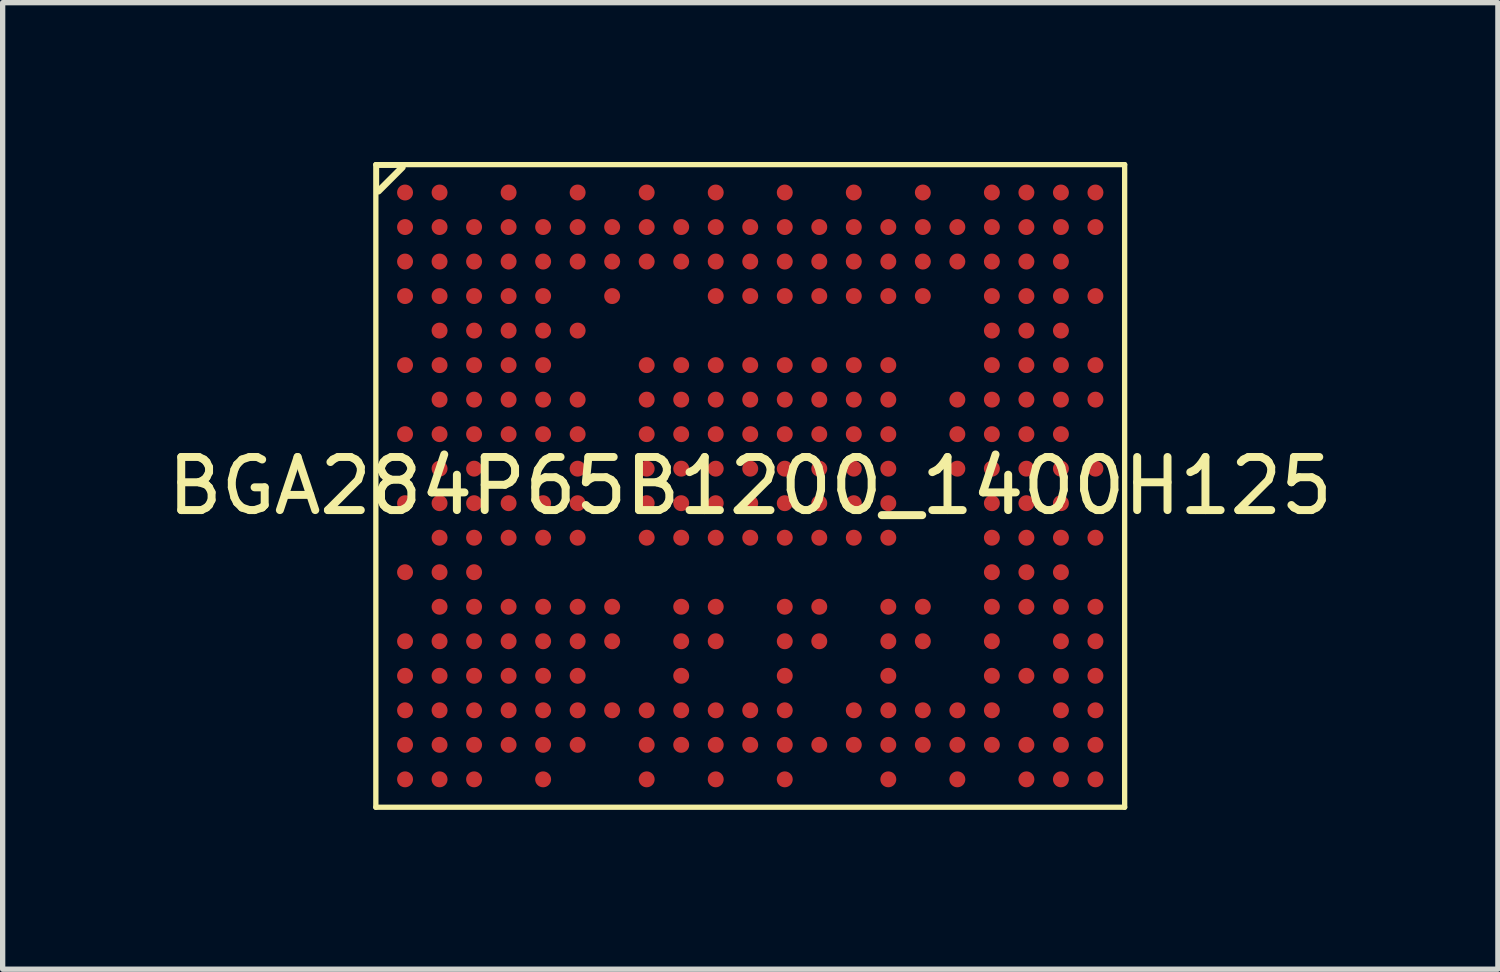
<source format=kicad_pcb>
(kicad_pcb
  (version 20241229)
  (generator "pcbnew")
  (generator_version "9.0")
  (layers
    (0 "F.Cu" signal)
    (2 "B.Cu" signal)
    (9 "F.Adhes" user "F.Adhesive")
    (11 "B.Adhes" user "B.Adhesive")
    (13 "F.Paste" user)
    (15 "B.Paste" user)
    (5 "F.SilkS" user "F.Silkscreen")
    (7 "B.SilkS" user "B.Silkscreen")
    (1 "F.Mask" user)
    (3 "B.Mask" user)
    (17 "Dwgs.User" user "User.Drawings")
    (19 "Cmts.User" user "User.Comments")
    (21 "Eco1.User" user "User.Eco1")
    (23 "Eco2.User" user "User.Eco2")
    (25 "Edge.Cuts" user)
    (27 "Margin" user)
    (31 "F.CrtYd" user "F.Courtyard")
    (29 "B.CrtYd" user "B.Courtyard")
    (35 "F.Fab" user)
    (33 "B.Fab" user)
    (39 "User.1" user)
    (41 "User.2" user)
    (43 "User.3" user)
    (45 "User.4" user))
  (footprint "BGA284P65B1200_1400H125"
    (layer "F.Cu")
    (at 11.077 6.1)
    (property "Reference" "BGA284P65B1200_1400H125" (at 0 0 0) (layer "F.SilkS") (effects (font (size 1 1) (thickness 0.15))))
    (fp_line (start -7.05 -6.05) (end -7.05 6.05) (stroke (width 0.1) (type default)) (layer "F.SilkS"))
    (fp_line (start -7.05 -6.05) (end 7.05 -6.05) (stroke (width 0.1) (type default)) (layer "F.SilkS"))
    (fp_line (start -7.05 6.05) (end 7.05 6.05) (stroke (width 0.1) (type default)) (layer "F.SilkS"))
    (fp_line (start -7 -6) (end -7 -5.55) (stroke (width 0.025) (type default)) (layer "F.SilkS"))
    (fp_line (start -7 -6) (end -6.55 -6) (stroke (width 0.025) (type default)) (layer "F.SilkS"))
    (fp_line (start -6.55 -6) (end -7 -5.55) (stroke (width 0.125) (type default)) (layer "F.SilkS"))
    (fp_line (start 7.05 -6.05) (end 7.05 6.05) (stroke (width 0.1) (type default)) (layer "F.SilkS"))
    (pad "A1" smd circle (at -6.5 -5.525) (size 0.3 0.3) (layers "F.Cu" "F.Mask" "F.Paste"))
    (pad "A2" smd circle (at -5.85 -5.525) (size 0.3 0.3) (layers "F.Cu" "F.Mask" "F.Paste"))
    (pad "A4" smd circle (at -4.55 -5.525) (size 0.3 0.3) (layers "F.Cu" "F.Mask" "F.Paste"))
    (pad "A6" smd circle (at -3.25 -5.525) (size 0.3 0.3) (layers "F.Cu" "F.Mask" "F.Paste"))
    (pad "A8" smd circle (at -1.95 -5.525) (size 0.3 0.3) (layers "F.Cu" "F.Mask" "F.Paste"))
    (pad "A10" smd circle (at -0.65 -5.525) (size 0.3 0.3) (layers "F.Cu" "F.Mask" "F.Paste"))
    (pad "A12" smd circle (at 0.65 -5.525) (size 0.3 0.3) (layers "F.Cu" "F.Mask" "F.Paste"))
    (pad "A14" smd circle (at 1.95 -5.525) (size 0.3 0.3) (layers "F.Cu" "F.Mask" "F.Paste"))
    (pad "A16" smd circle (at 3.25 -5.525) (size 0.3 0.3) (layers "F.Cu" "F.Mask" "F.Paste"))
    (pad "A18" smd circle (at 4.55 -5.525) (size 0.3 0.3) (layers "F.Cu" "F.Mask" "F.Paste"))
    (pad "A19" smd circle (at 5.2 -5.525) (size 0.3 0.3) (layers "F.Cu" "F.Mask" "F.Paste"))
    (pad "A20" smd circle (at 5.85 -5.525) (size 0.3 0.3) (layers "F.Cu" "F.Mask" "F.Paste"))
    (pad "A21" smd circle (at 6.5 -5.525) (size 0.3 0.3) (layers "F.Cu" "F.Mask" "F.Paste"))
    (pad "B1" smd circle (at -6.5 -4.875) (size 0.3 0.3) (layers "F.Cu" "F.Mask" "F.Paste"))
    (pad "B2" smd circle (at -5.85 -4.875) (size 0.3 0.3) (layers "F.Cu" "F.Mask" "F.Paste"))
    (pad "B3" smd circle (at -5.2 -4.875) (size 0.3 0.3) (layers "F.Cu" "F.Mask" "F.Paste"))
    (pad "B4" smd circle (at -4.55 -4.875) (size 0.3 0.3) (layers "F.Cu" "F.Mask" "F.Paste"))
    (pad "B5" smd circle (at -3.9 -4.875) (size 0.3 0.3) (layers "F.Cu" "F.Mask" "F.Paste"))
    (pad "B6" smd circle (at -3.25 -4.875) (size 0.3 0.3) (layers "F.Cu" "F.Mask" "F.Paste"))
    (pad "B7" smd circle (at -2.6 -4.875) (size 0.3 0.3) (layers "F.Cu" "F.Mask" "F.Paste"))
    (pad "B8" smd circle (at -1.95 -4.875) (size 0.3 0.3) (layers "F.Cu" "F.Mask" "F.Paste"))
    (pad "B9" smd circle (at -1.3 -4.875) (size 0.3 0.3) (layers "F.Cu" "F.Mask" "F.Paste"))
    (pad "B10" smd circle (at -0.65 -4.875) (size 0.3 0.3) (layers "F.Cu" "F.Mask" "F.Paste"))
    (pad "B11" smd circle (at 0 -4.875) (size 0.3 0.3) (layers "F.Cu" "F.Mask" "F.Paste"))
    (pad "B12" smd circle (at 0.65 -4.875) (size 0.3 0.3) (layers "F.Cu" "F.Mask" "F.Paste"))
    (pad "B13" smd circle (at 1.3 -4.875) (size 0.3 0.3) (layers "F.Cu" "F.Mask" "F.Paste"))
    (pad "B14" smd circle (at 1.95 -4.875) (size 0.3 0.3) (layers "F.Cu" "F.Mask" "F.Paste"))
    (pad "B15" smd circle (at 2.6 -4.875) (size 0.3 0.3) (layers "F.Cu" "F.Mask" "F.Paste"))
    (pad "B16" smd circle (at 3.25 -4.875) (size 0.3 0.3) (layers "F.Cu" "F.Mask" "F.Paste"))
    (pad "B17" smd circle (at 3.9 -4.875) (size 0.3 0.3) (layers "F.Cu" "F.Mask" "F.Paste"))
    (pad "B18" smd circle (at 4.55 -4.875) (size 0.3 0.3) (layers "F.Cu" "F.Mask" "F.Paste"))
    (pad "B19" smd circle (at 5.2 -4.875) (size 0.3 0.3) (layers "F.Cu" "F.Mask" "F.Paste"))
    (pad "B20" smd circle (at 5.85 -4.875) (size 0.3 0.3) (layers "F.Cu" "F.Mask" "F.Paste"))
    (pad "B21" smd circle (at 6.5 -4.875) (size 0.3 0.3) (layers "F.Cu" "F.Mask" "F.Paste"))
    (pad "C1" smd circle (at -6.5 -4.225) (size 0.3 0.3) (layers "F.Cu" "F.Mask" "F.Paste"))
    (pad "C2" smd circle (at -5.85 -4.225) (size 0.3 0.3) (layers "F.Cu" "F.Mask" "F.Paste"))
    (pad "C3" smd circle (at -5.2 -4.225) (size 0.3 0.3) (layers "F.Cu" "F.Mask" "F.Paste"))
    (pad "C4" smd circle (at -4.55 -4.225) (size 0.3 0.3) (layers "F.Cu" "F.Mask" "F.Paste"))
    (pad "C5" smd circle (at -3.9 -4.225) (size 0.3 0.3) (layers "F.Cu" "F.Mask" "F.Paste"))
    (pad "C6" smd circle (at -3.25 -4.225) (size 0.3 0.3) (layers "F.Cu" "F.Mask" "F.Paste"))
    (pad "C7" smd circle (at -2.6 -4.225) (size 0.3 0.3) (layers "F.Cu" "F.Mask" "F.Paste"))
    (pad "C8" smd circle (at -1.95 -4.225) (size 0.3 0.3) (layers "F.Cu" "F.Mask" "F.Paste"))
    (pad "C9" smd circle (at -1.3 -4.225) (size 0.3 0.3) (layers "F.Cu" "F.Mask" "F.Paste"))
    (pad "C10" smd circle (at -0.65 -4.225) (size 0.3 0.3) (layers "F.Cu" "F.Mask" "F.Paste"))
    (pad "C11" smd circle (at 0 -4.225) (size 0.3 0.3) (layers "F.Cu" "F.Mask" "F.Paste"))
    (pad "C12" smd circle (at 0.65 -4.225) (size 0.3 0.3) (layers "F.Cu" "F.Mask" "F.Paste"))
    (pad "C13" smd circle (at 1.3 -4.225) (size 0.3 0.3) (layers "F.Cu" "F.Mask" "F.Paste"))
    (pad "C14" smd circle (at 1.95 -4.225) (size 0.3 0.3) (layers "F.Cu" "F.Mask" "F.Paste"))
    (pad "C15" smd circle (at 2.6 -4.225) (size 0.3 0.3) (layers "F.Cu" "F.Mask" "F.Paste"))
    (pad "C16" smd circle (at 3.25 -4.225) (size 0.3 0.3) (layers "F.Cu" "F.Mask" "F.Paste"))
    (pad "C17" smd circle (at 3.9 -4.225) (size 0.3 0.3) (layers "F.Cu" "F.Mask" "F.Paste"))
    (pad "C18" smd circle (at 4.55 -4.225) (size 0.3 0.3) (layers "F.Cu" "F.Mask" "F.Paste"))
    (pad "C19" smd circle (at 5.2 -4.225) (size 0.3 0.3) (layers "F.Cu" "F.Mask" "F.Paste"))
    (pad "C20" smd circle (at 5.85 -4.225) (size 0.3 0.3) (layers "F.Cu" "F.Mask" "F.Paste"))
    (pad "D1" smd circle (at -6.5 -3.575) (size 0.3 0.3) (layers "F.Cu" "F.Mask" "F.Paste"))
    (pad "D2" smd circle (at -5.85 -3.575) (size 0.3 0.3) (layers "F.Cu" "F.Mask" "F.Paste"))
    (pad "D3" smd circle (at -5.2 -3.575) (size 0.3 0.3) (layers "F.Cu" "F.Mask" "F.Paste"))
    (pad "D4" smd circle (at -4.55 -3.575) (size 0.3 0.3) (layers "F.Cu" "F.Mask" "F.Paste"))
    (pad "D5" smd circle (at -3.9 -3.575) (size 0.3 0.3) (layers "F.Cu" "F.Mask" "F.Paste"))
    (pad "D7" smd circle (at -2.6 -3.575) (size 0.3 0.3) (layers "F.Cu" "F.Mask" "F.Paste"))
    (pad "D10" smd circle (at -0.65 -3.575) (size 0.3 0.3) (layers "F.Cu" "F.Mask" "F.Paste"))
    (pad "D11" smd circle (at 0 -3.575) (size 0.3 0.3) (layers "F.Cu" "F.Mask" "F.Paste"))
    (pad "D12" smd circle (at 0.65 -3.575) (size 0.3 0.3) (layers "F.Cu" "F.Mask" "F.Paste"))
    (pad "D13" smd circle (at 1.3 -3.575) (size 0.3 0.3) (layers "F.Cu" "F.Mask" "F.Paste"))
    (pad "D14" smd circle (at 1.95 -3.575) (size 0.3 0.3) (layers "F.Cu" "F.Mask" "F.Paste"))
    (pad "D15" smd circle (at 2.6 -3.575) (size 0.3 0.3) (layers "F.Cu" "F.Mask" "F.Paste"))
    (pad "D16" smd circle (at 3.25 -3.575) (size 0.3 0.3) (layers "F.Cu" "F.Mask" "F.Paste"))
    (pad "D18" smd circle (at 4.55 -3.575) (size 0.3 0.3) (layers "F.Cu" "F.Mask" "F.Paste"))
    (pad "D19" smd circle (at 5.2 -3.575) (size 0.3 0.3) (layers "F.Cu" "F.Mask" "F.Paste"))
    (pad "D20" smd circle (at 5.85 -3.575) (size 0.3 0.3) (layers "F.Cu" "F.Mask" "F.Paste"))
    (pad "D21" smd circle (at 6.5 -3.575) (size 0.3 0.3) (layers "F.Cu" "F.Mask" "F.Paste"))
    (pad "E2" smd circle (at -5.85 -2.925) (size 0.3 0.3) (layers "F.Cu" "F.Mask" "F.Paste"))
    (pad "E3" smd circle (at -5.2 -2.925) (size 0.3 0.3) (layers "F.Cu" "F.Mask" "F.Paste"))
    (pad "E4" smd circle (at -4.55 -2.925) (size 0.3 0.3) (layers "F.Cu" "F.Mask" "F.Paste"))
    (pad "E5" smd circle (at -3.9 -2.925) (size 0.3 0.3) (layers "F.Cu" "F.Mask" "F.Paste"))
    (pad "E6" smd circle (at -3.25 -2.925) (size 0.3 0.3) (layers "F.Cu" "F.Mask" "F.Paste"))
    (pad "E18" smd circle (at 4.55 -2.925) (size 0.3 0.3) (layers "F.Cu" "F.Mask" "F.Paste"))
    (pad "E19" smd circle (at 5.2 -2.925) (size 0.3 0.3) (layers "F.Cu" "F.Mask" "F.Paste"))
    (pad "E20" smd circle (at 5.85 -2.925) (size 0.3 0.3) (layers "F.Cu" "F.Mask" "F.Paste"))
    (pad "F1" smd circle (at -6.5 -2.275) (size 0.3 0.3) (layers "F.Cu" "F.Mask" "F.Paste"))
    (pad "F2" smd circle (at -5.85 -2.275) (size 0.3 0.3) (layers "F.Cu" "F.Mask" "F.Paste"))
    (pad "F3" smd circle (at -5.2 -2.275) (size 0.3 0.3) (layers "F.Cu" "F.Mask" "F.Paste"))
    (pad "F4" smd circle (at -4.55 -2.275) (size 0.3 0.3) (layers "F.Cu" "F.Mask" "F.Paste"))
    (pad "F5" smd circle (at -3.9 -2.275) (size 0.3 0.3) (layers "F.Cu" "F.Mask" "F.Paste"))
    (pad "F8" smd circle (at -1.95 -2.275) (size 0.3 0.3) (layers "F.Cu" "F.Mask" "F.Paste"))
    (pad "F9" smd circle (at -1.3 -2.275) (size 0.3 0.3) (layers "F.Cu" "F.Mask" "F.Paste"))
    (pad "F10" smd circle (at -0.65 -2.275) (size 0.3 0.3) (layers "F.Cu" "F.Mask" "F.Paste"))
    (pad "F11" smd circle (at 0 -2.275) (size 0.3 0.3) (layers "F.Cu" "F.Mask" "F.Paste"))
    (pad "F12" smd circle (at 0.65 -2.275) (size 0.3 0.3) (layers "F.Cu" "F.Mask" "F.Paste"))
    (pad "F13" smd circle (at 1.3 -2.275) (size 0.3 0.3) (layers "F.Cu" "F.Mask" "F.Paste"))
    (pad "F14" smd circle (at 1.95 -2.275) (size 0.3 0.3) (layers "F.Cu" "F.Mask" "F.Paste"))
    (pad "F15" smd circle (at 2.6 -2.275) (size 0.3 0.3) (layers "F.Cu" "F.Mask" "F.Paste"))
    (pad "F18" smd circle (at 4.55 -2.275) (size 0.3 0.3) (layers "F.Cu" "F.Mask" "F.Paste"))
    (pad "F19" smd circle (at 5.2 -2.275) (size 0.3 0.3) (layers "F.Cu" "F.Mask" "F.Paste"))
    (pad "F20" smd circle (at 5.85 -2.275) (size 0.3 0.3) (layers "F.Cu" "F.Mask" "F.Paste"))
    (pad "F21" smd circle (at 6.5 -2.275) (size 0.3 0.3) (layers "F.Cu" "F.Mask" "F.Paste"))
    (pad "G2" smd circle (at -5.85 -1.625) (size 0.3 0.3) (layers "F.Cu" "F.Mask" "F.Paste"))
    (pad "G3" smd circle (at -5.2 -1.625) (size 0.3 0.3) (layers "F.Cu" "F.Mask" "F.Paste"))
    (pad "G4" smd circle (at -4.55 -1.625) (size 0.3 0.3) (layers "F.Cu" "F.Mask" "F.Paste"))
    (pad "G5" smd circle (at -3.9 -1.625) (size 0.3 0.3) (layers "F.Cu" "F.Mask" "F.Paste"))
    (pad "G6" smd circle (at -3.25 -1.625) (size 0.3 0.3) (layers "F.Cu" "F.Mask" "F.Paste"))
    (pad "G8" smd circle (at -1.95 -1.625) (size 0.3 0.3) (layers "F.Cu" "F.Mask" "F.Paste"))
    (pad "G9" smd circle (at -1.3 -1.625) (size 0.3 0.3) (layers "F.Cu" "F.Mask" "F.Paste"))
    (pad "G10" smd circle (at -0.65 -1.625) (size 0.3 0.3) (layers "F.Cu" "F.Mask" "F.Paste"))
    (pad "G11" smd circle (at 0 -1.625) (size 0.3 0.3) (layers "F.Cu" "F.Mask" "F.Paste"))
    (pad "G12" smd circle (at 0.65 -1.625) (size 0.3 0.3) (layers "F.Cu" "F.Mask" "F.Paste"))
    (pad "G13" smd circle (at 1.3 -1.625) (size 0.3 0.3) (layers "F.Cu" "F.Mask" "F.Paste"))
    (pad "G14" smd circle (at 1.95 -1.625) (size 0.3 0.3) (layers "F.Cu" "F.Mask" "F.Paste"))
    (pad "G15" smd circle (at 2.6 -1.625) (size 0.3 0.3) (layers "F.Cu" "F.Mask" "F.Paste"))
    (pad "G17" smd circle (at 3.9 -1.625) (size 0.3 0.3) (layers "F.Cu" "F.Mask" "F.Paste"))
    (pad "G18" smd circle (at 4.55 -1.625) (size 0.3 0.3) (layers "F.Cu" "F.Mask" "F.Paste"))
    (pad "G19" smd circle (at 5.2 -1.625) (size 0.3 0.3) (layers "F.Cu" "F.Mask" "F.Paste"))
    (pad "G20" smd circle (at 5.85 -1.625) (size 0.3 0.3) (layers "F.Cu" "F.Mask" "F.Paste"))
    (pad "G21" smd circle (at 6.5 -1.625) (size 0.3 0.3) (layers "F.Cu" "F.Mask" "F.Paste"))
    (pad "H1" smd circle (at -6.5 -0.975) (size 0.3 0.3) (layers "F.Cu" "F.Mask" "F.Paste"))
    (pad "H2" smd circle (at -5.85 -0.975) (size 0.3 0.3) (layers "F.Cu" "F.Mask" "F.Paste"))
    (pad "H3" smd circle (at -5.2 -0.975) (size 0.3 0.3) (layers "F.Cu" "F.Mask" "F.Paste"))
    (pad "H4" smd circle (at -4.55 -0.975) (size 0.3 0.3) (layers "F.Cu" "F.Mask" "F.Paste"))
    (pad "H5" smd circle (at -3.9 -0.975) (size 0.3 0.3) (layers "F.Cu" "F.Mask" "F.Paste"))
    (pad "H6" smd circle (at -3.25 -0.975) (size 0.3 0.3) (layers "F.Cu" "F.Mask" "F.Paste"))
    (pad "H8" smd circle (at -1.95 -0.975) (size 0.3 0.3) (layers "F.Cu" "F.Mask" "F.Paste"))
    (pad "H9" smd circle (at -1.3 -0.975) (size 0.3 0.3) (layers "F.Cu" "F.Mask" "F.Paste"))
    (pad "H10" smd circle (at -0.65 -0.975) (size 0.3 0.3) (layers "F.Cu" "F.Mask" "F.Paste"))
    (pad "H11" smd circle (at 0 -0.975) (size 0.3 0.3) (layers "F.Cu" "F.Mask" "F.Paste"))
    (pad "H12" smd circle (at 0.65 -0.975) (size 0.3 0.3) (layers "F.Cu" "F.Mask" "F.Paste"))
    (pad "H13" smd circle (at 1.3 -0.975) (size 0.3 0.3) (layers "F.Cu" "F.Mask" "F.Paste"))
    (pad "H14" smd circle (at 1.95 -0.975) (size 0.3 0.3) (layers "F.Cu" "F.Mask" "F.Paste"))
    (pad "H15" smd circle (at 2.6 -0.975) (size 0.3 0.3) (layers "F.Cu" "F.Mask" "F.Paste"))
    (pad "H17" smd circle (at 3.9 -0.975) (size 0.3 0.3) (layers "F.Cu" "F.Mask" "F.Paste"))
    (pad "H18" smd circle (at 4.55 -0.975) (size 0.3 0.3) (layers "F.Cu" "F.Mask" "F.Paste"))
    (pad "H19" smd circle (at 5.2 -0.975) (size 0.3 0.3) (layers "F.Cu" "F.Mask" "F.Paste"))
    (pad "H20" smd circle (at 5.85 -0.975) (size 0.3 0.3) (layers "F.Cu" "F.Mask" "F.Paste"))
    (pad "J2" smd circle (at -5.85 -0.325) (size 0.3 0.3) (layers "F.Cu" "F.Mask" "F.Paste"))
    (pad "J3" smd circle (at -5.2 -0.325) (size 0.3 0.3) (layers "F.Cu" "F.Mask" "F.Paste"))
    (pad "J6" smd circle (at -3.25 -0.325) (size 0.3 0.3) (layers "F.Cu" "F.Mask" "F.Paste"))
    (pad "J8" smd circle (at -1.95 -0.325) (size 0.3 0.3) (layers "F.Cu" "F.Mask" "F.Paste"))
    (pad "J9" smd circle (at -1.3 -0.325) (size 0.3 0.3) (layers "F.Cu" "F.Mask" "F.Paste"))
    (pad "J10" smd circle (at -0.65 -0.325) (size 0.3 0.3) (layers "F.Cu" "F.Mask" "F.Paste"))
    (pad "J11" smd circle (at 0 -0.325) (size 0.3 0.3) (layers "F.Cu" "F.Mask" "F.Paste"))
    (pad "J12" smd circle (at 0.65 -0.325) (size 0.3 0.3) (layers "F.Cu" "F.Mask" "F.Paste"))
    (pad "J13" smd circle (at 1.3 -0.325) (size 0.3 0.3) (layers "F.Cu" "F.Mask" "F.Paste"))
    (pad "J14" smd circle (at 1.95 -0.325) (size 0.3 0.3) (layers "F.Cu" "F.Mask" "F.Paste"))
    (pad "J15" smd circle (at 2.6 -0.325) (size 0.3 0.3) (layers "F.Cu" "F.Mask" "F.Paste"))
    (pad "J17" smd circle (at 3.9 -0.325) (size 0.3 0.3) (layers "F.Cu" "F.Mask" "F.Paste"))
    (pad "J18" smd circle (at 4.55 -0.325) (size 0.3 0.3) (layers "F.Cu" "F.Mask" "F.Paste"))
    (pad "J19" smd circle (at 5.2 -0.325) (size 0.3 0.3) (layers "F.Cu" "F.Mask" "F.Paste"))
    (pad "J20" smd circle (at 5.85 -0.325) (size 0.3 0.3) (layers "F.Cu" "F.Mask" "F.Paste"))
    (pad "J21" smd circle (at 6.5 -0.325) (size 0.3 0.3) (layers "F.Cu" "F.Mask" "F.Paste"))
    (pad "K1" smd circle (at -6.5 0.325) (size 0.3 0.3) (layers "F.Cu" "F.Mask" "F.Paste"))
    (pad "K2" smd circle (at -5.85 0.325) (size 0.3 0.3) (layers "F.Cu" "F.Mask" "F.Paste"))
    (pad "K3" smd circle (at -5.2 0.325) (size 0.3 0.3) (layers "F.Cu" "F.Mask" "F.Paste"))
    (pad "K4" smd circle (at -4.55 0.325) (size 0.3 0.3) (layers "F.Cu" "F.Mask" "F.Paste"))
    (pad "K5" smd circle (at -3.9 0.325) (size 0.3 0.3) (layers "F.Cu" "F.Mask" "F.Paste"))
    (pad "K6" smd circle (at -3.25 0.325) (size 0.3 0.3) (layers "F.Cu" "F.Mask" "F.Paste"))
    (pad "K8" smd circle (at -1.95 0.325) (size 0.3 0.3) (layers "F.Cu" "F.Mask" "F.Paste"))
    (pad "K9" smd circle (at -1.3 0.325) (size 0.3 0.3) (layers "F.Cu" "F.Mask" "F.Paste"))
    (pad "K10" smd circle (at -0.65 0.325) (size 0.3 0.3) (layers "F.Cu" "F.Mask" "F.Paste"))
    (pad "K11" smd circle (at 0 0.325) (size 0.3 0.3) (layers "F.Cu" "F.Mask" "F.Paste"))
    (pad "K12" smd circle (at 0.65 0.325) (size 0.3 0.3) (layers "F.Cu" "F.Mask" "F.Paste"))
    (pad "K13" smd circle (at 1.3 0.325) (size 0.3 0.3) (layers "F.Cu" "F.Mask" "F.Paste"))
    (pad "K14" smd circle (at 1.95 0.325) (size 0.3 0.3) (layers "F.Cu" "F.Mask" "F.Paste"))
    (pad "K15" smd circle (at 2.6 0.325) (size 0.3 0.3) (layers "F.Cu" "F.Mask" "F.Paste"))
    (pad "K18" smd circle (at 4.55 0.325) (size 0.3 0.3) (layers "F.Cu" "F.Mask" "F.Paste"))
    (pad "K19" smd circle (at 5.2 0.325) (size 0.3 0.3) (layers "F.Cu" "F.Mask" "F.Paste"))
    (pad "K20" smd circle (at 5.85 0.325) (size 0.3 0.3) (layers "F.Cu" "F.Mask" "F.Paste"))
    (pad "L2" smd circle (at -5.85 0.975) (size 0.3 0.3) (layers "F.Cu" "F.Mask" "F.Paste"))
    (pad "L3" smd circle (at -5.2 0.975) (size 0.3 0.3) (layers "F.Cu" "F.Mask" "F.Paste"))
    (pad "L4" smd circle (at -4.55 0.975) (size 0.3 0.3) (layers "F.Cu" "F.Mask" "F.Paste"))
    (pad "L5" smd circle (at -3.9 0.975) (size 0.3 0.3) (layers "F.Cu" "F.Mask" "F.Paste"))
    (pad "L6" smd circle (at -3.25 0.975) (size 0.3 0.3) (layers "F.Cu" "F.Mask" "F.Paste"))
    (pad "L8" smd circle (at -1.95 0.975) (size 0.3 0.3) (layers "F.Cu" "F.Mask" "F.Paste"))
    (pad "L9" smd circle (at -1.3 0.975) (size 0.3 0.3) (layers "F.Cu" "F.Mask" "F.Paste"))
    (pad "L10" smd circle (at -0.65 0.975) (size 0.3 0.3) (layers "F.Cu" "F.Mask" "F.Paste"))
    (pad "L11" smd circle (at 0 0.975) (size 0.3 0.3) (layers "F.Cu" "F.Mask" "F.Paste"))
    (pad "L12" smd circle (at 0.65 0.975) (size 0.3 0.3) (layers "F.Cu" "F.Mask" "F.Paste"))
    (pad "L13" smd circle (at 1.3 0.975) (size 0.3 0.3) (layers "F.Cu" "F.Mask" "F.Paste"))
    (pad "L14" smd circle (at 1.95 0.975) (size 0.3 0.3) (layers "F.Cu" "F.Mask" "F.Paste"))
    (pad "L15" smd circle (at 2.6 0.975) (size 0.3 0.3) (layers "F.Cu" "F.Mask" "F.Paste"))
    (pad "L18" smd circle (at 4.55 0.975) (size 0.3 0.3) (layers "F.Cu" "F.Mask" "F.Paste"))
    (pad "L19" smd circle (at 5.2 0.975) (size 0.3 0.3) (layers "F.Cu" "F.Mask" "F.Paste"))
    (pad "L20" smd circle (at 5.85 0.975) (size 0.3 0.3) (layers "F.Cu" "F.Mask" "F.Paste"))
    (pad "L21" smd circle (at 6.5 0.975) (size 0.3 0.3) (layers "F.Cu" "F.Mask" "F.Paste"))
    (pad "M1" smd circle (at -6.5 1.625) (size 0.3 0.3) (layers "F.Cu" "F.Mask" "F.Paste"))
    (pad "M2" smd circle (at -5.85 1.625) (size 0.3 0.3) (layers "F.Cu" "F.Mask" "F.Paste"))
    (pad "M3" smd circle (at -5.2 1.625) (size 0.3 0.3) (layers "F.Cu" "F.Mask" "F.Paste"))
    (pad "M18" smd circle (at 4.55 1.625) (size 0.3 0.3) (layers "F.Cu" "F.Mask" "F.Paste"))
    (pad "M19" smd circle (at 5.2 1.625) (size 0.3 0.3) (layers "F.Cu" "F.Mask" "F.Paste"))
    (pad "M20" smd circle (at 5.85 1.625) (size 0.3 0.3) (layers "F.Cu" "F.Mask" "F.Paste"))
    (pad "N2" smd circle (at -5.85 2.275) (size 0.3 0.3) (layers "F.Cu" "F.Mask" "F.Paste"))
    (pad "N3" smd circle (at -5.2 2.275) (size 0.3 0.3) (layers "F.Cu" "F.Mask" "F.Paste"))
    (pad "N4" smd circle (at -4.55 2.275) (size 0.3 0.3) (layers "F.Cu" "F.Mask" "F.Paste"))
    (pad "N5" smd circle (at -3.9 2.275) (size 0.3 0.3) (layers "F.Cu" "F.Mask" "F.Paste"))
    (pad "N6" smd circle (at -3.25 2.275) (size 0.3 0.3) (layers "F.Cu" "F.Mask" "F.Paste"))
    (pad "N7" smd circle (at -2.6 2.275) (size 0.3 0.3) (layers "F.Cu" "F.Mask" "F.Paste"))
    (pad "N9" smd circle (at -1.3 2.275) (size 0.3 0.3) (layers "F.Cu" "F.Mask" "F.Paste"))
    (pad "N10" smd circle (at -0.65 2.275) (size 0.3 0.3) (layers "F.Cu" "F.Mask" "F.Paste"))
    (pad "N12" smd circle (at 0.65 2.275) (size 0.3 0.3) (layers "F.Cu" "F.Mask" "F.Paste"))
    (pad "N13" smd circle (at 1.3 2.275) (size 0.3 0.3) (layers "F.Cu" "F.Mask" "F.Paste"))
    (pad "N15" smd circle (at 2.6 2.275) (size 0.3 0.3) (layers "F.Cu" "F.Mask" "F.Paste"))
    (pad "N16" smd circle (at 3.25 2.275) (size 0.3 0.3) (layers "F.Cu" "F.Mask" "F.Paste"))
    (pad "N18" smd circle (at 4.55 2.275) (size 0.3 0.3) (layers "F.Cu" "F.Mask" "F.Paste"))
    (pad "N19" smd circle (at 5.2 2.275) (size 0.3 0.3) (layers "F.Cu" "F.Mask" "F.Paste"))
    (pad "N20" smd circle (at 5.85 2.275) (size 0.3 0.3) (layers "F.Cu" "F.Mask" "F.Paste"))
    (pad "N21" smd circle (at 6.5 2.275) (size 0.3 0.3) (layers "F.Cu" "F.Mask" "F.Paste"))
    (pad "P1" smd circle (at -6.5 2.925) (size 0.3 0.3) (layers "F.Cu" "F.Mask" "F.Paste"))
    (pad "P2" smd circle (at -5.85 2.925) (size 0.3 0.3) (layers "F.Cu" "F.Mask" "F.Paste"))
    (pad "P3" smd circle (at -5.2 2.925) (size 0.3 0.3) (layers "F.Cu" "F.Mask" "F.Paste"))
    (pad "P4" smd circle (at -4.55 2.925) (size 0.3 0.3) (layers "F.Cu" "F.Mask" "F.Paste"))
    (pad "P5" smd circle (at -3.9 2.925) (size 0.3 0.3) (layers "F.Cu" "F.Mask" "F.Paste"))
    (pad "P6" smd circle (at -3.25 2.925) (size 0.3 0.3) (layers "F.Cu" "F.Mask" "F.Paste"))
    (pad "P7" smd circle (at -2.6 2.925) (size 0.3 0.3) (layers "F.Cu" "F.Mask" "F.Paste"))
    (pad "P9" smd circle (at -1.3 2.925) (size 0.3 0.3) (layers "F.Cu" "F.Mask" "F.Paste"))
    (pad "P10" smd circle (at -0.65 2.925) (size 0.3 0.3) (layers "F.Cu" "F.Mask" "F.Paste"))
    (pad "P12" smd circle (at 0.65 2.925) (size 0.3 0.3) (layers "F.Cu" "F.Mask" "F.Paste"))
    (pad "P13" smd circle (at 1.3 2.925) (size 0.3 0.3) (layers "F.Cu" "F.Mask" "F.Paste"))
    (pad "P15" smd circle (at 2.6 2.925) (size 0.3 0.3) (layers "F.Cu" "F.Mask" "F.Paste"))
    (pad "P16" smd circle (at 3.25 2.925) (size 0.3 0.3) (layers "F.Cu" "F.Mask" "F.Paste"))
    (pad "P18" smd circle (at 4.55 2.925) (size 0.3 0.3) (layers "F.Cu" "F.Mask" "F.Paste"))
    (pad "P20" smd circle (at 5.85 2.925) (size 0.3 0.3) (layers "F.Cu" "F.Mask" "F.Paste"))
    (pad "P21" smd circle (at 6.5 2.925) (size 0.3 0.3) (layers "F.Cu" "F.Mask" "F.Paste"))
    (pad "R1" smd circle (at -6.5 3.575) (size 0.3 0.3) (layers "F.Cu" "F.Mask" "F.Paste"))
    (pad "R2" smd circle (at -5.85 3.575) (size 0.3 0.3) (layers "F.Cu" "F.Mask" "F.Paste"))
    (pad "R3" smd circle (at -5.2 3.575) (size 0.3 0.3) (layers "F.Cu" "F.Mask" "F.Paste"))
    (pad "R4" smd circle (at -4.55 3.575) (size 0.3 0.3) (layers "F.Cu" "F.Mask" "F.Paste"))
    (pad "R5" smd circle (at -3.9 3.575) (size 0.3 0.3) (layers "F.Cu" "F.Mask" "F.Paste"))
    (pad "R6" smd circle (at -3.25 3.575) (size 0.3 0.3) (layers "F.Cu" "F.Mask" "F.Paste"))
    (pad "R9" smd circle (at -1.3 3.575) (size 0.3 0.3) (layers "F.Cu" "F.Mask" "F.Paste"))
    (pad "R12" smd circle (at 0.65 3.575) (size 0.3 0.3) (layers "F.Cu" "F.Mask" "F.Paste"))
    (pad "R15" smd circle (at 2.6 3.575) (size 0.3 0.3) (layers "F.Cu" "F.Mask" "F.Paste"))
    (pad "R18" smd circle (at 4.55 3.575) (size 0.3 0.3) (layers "F.Cu" "F.Mask" "F.Paste"))
    (pad "R19" smd circle (at 5.2 3.575) (size 0.3 0.3) (layers "F.Cu" "F.Mask" "F.Paste"))
    (pad "R20" smd circle (at 5.85 3.575) (size 0.3 0.3) (layers "F.Cu" "F.Mask" "F.Paste"))
    (pad "R21" smd circle (at 6.5 3.575) (size 0.3 0.3) (layers "F.Cu" "F.Mask" "F.Paste"))
    (pad "T1" smd circle (at -6.5 4.225) (size 0.3 0.3) (layers "F.Cu" "F.Mask" "F.Paste"))
    (pad "T2" smd circle (at -5.85 4.225) (size 0.3 0.3) (layers "F.Cu" "F.Mask" "F.Paste"))
    (pad "T3" smd circle (at -5.2 4.225) (size 0.3 0.3) (layers "F.Cu" "F.Mask" "F.Paste"))
    (pad "T4" smd circle (at -4.55 4.225) (size 0.3 0.3) (layers "F.Cu" "F.Mask" "F.Paste"))
    (pad "T5" smd circle (at -3.9 4.225) (size 0.3 0.3) (layers "F.Cu" "F.Mask" "F.Paste"))
    (pad "T6" smd circle (at -3.25 4.225) (size 0.3 0.3) (layers "F.Cu" "F.Mask" "F.Paste"))
    (pad "T7" smd circle (at -2.6 4.225) (size 0.3 0.3) (layers "F.Cu" "F.Mask" "F.Paste"))
    (pad "T8" smd circle (at -1.95 4.225) (size 0.3 0.3) (layers "F.Cu" "F.Mask" "F.Paste"))
    (pad "T9" smd circle (at -1.3 4.225) (size 0.3 0.3) (layers "F.Cu" "F.Mask" "F.Paste"))
    (pad "T10" smd circle (at -0.65 4.225) (size 0.3 0.3) (layers "F.Cu" "F.Mask" "F.Paste"))
    (pad "T11" smd circle (at 0 4.225) (size 0.3 0.3) (layers "F.Cu" "F.Mask" "F.Paste"))
    (pad "T12" smd circle (at 0.65 4.225) (size 0.3 0.3) (layers "F.Cu" "F.Mask" "F.Paste"))
    (pad "T14" smd circle (at 1.95 4.225) (size 0.3 0.3) (layers "F.Cu" "F.Mask" "F.Paste"))
    (pad "T15" smd circle (at 2.6 4.225) (size 0.3 0.3) (layers "F.Cu" "F.Mask" "F.Paste"))
    (pad "T16" smd circle (at 3.25 4.225) (size 0.3 0.3) (layers "F.Cu" "F.Mask" "F.Paste"))
    (pad "T17" smd circle (at 3.9 4.225) (size 0.3 0.3) (layers "F.Cu" "F.Mask" "F.Paste"))
    (pad "T18" smd circle (at 4.55 4.225) (size 0.3 0.3) (layers "F.Cu" "F.Mask" "F.Paste"))
    (pad "T20" smd circle (at 5.85 4.225) (size 0.3 0.3) (layers "F.Cu" "F.Mask" "F.Paste"))
    (pad "T21" smd circle (at 6.5 4.225) (size 0.3 0.3) (layers "F.Cu" "F.Mask" "F.Paste"))
    (pad "U1" smd circle (at -6.5 4.875) (size 0.3 0.3) (layers "F.Cu" "F.Mask" "F.Paste"))
    (pad "U2" smd circle (at -5.85 4.875) (size 0.3 0.3) (layers "F.Cu" "F.Mask" "F.Paste"))
    (pad "U3" smd circle (at -5.2 4.875) (size 0.3 0.3) (layers "F.Cu" "F.Mask" "F.Paste"))
    (pad "U4" smd circle (at -4.55 4.875) (size 0.3 0.3) (layers "F.Cu" "F.Mask" "F.Paste"))
    (pad "U5" smd circle (at -3.9 4.875) (size 0.3 0.3) (layers "F.Cu" "F.Mask" "F.Paste"))
    (pad "U6" smd circle (at -3.25 4.875) (size 0.3 0.3) (layers "F.Cu" "F.Mask" "F.Paste"))
    (pad "U8" smd circle (at -1.95 4.875) (size 0.3 0.3) (layers "F.Cu" "F.Mask" "F.Paste"))
    (pad "U9" smd circle (at -1.3 4.875) (size 0.3 0.3) (layers "F.Cu" "F.Mask" "F.Paste"))
    (pad "U10" smd circle (at -0.65 4.875) (size 0.3 0.3) (layers "F.Cu" "F.Mask" "F.Paste"))
    (pad "U11" smd circle (at 0 4.875) (size 0.3 0.3) (layers "F.Cu" "F.Mask" "F.Paste"))
    (pad "U12" smd circle (at 0.65 4.875) (size 0.3 0.3) (layers "F.Cu" "F.Mask" "F.Paste"))
    (pad "U13" smd circle (at 1.3 4.875) (size 0.3 0.3) (layers "F.Cu" "F.Mask" "F.Paste"))
    (pad "U14" smd circle (at 1.95 4.875) (size 0.3 0.3) (layers "F.Cu" "F.Mask" "F.Paste"))
    (pad "U15" smd circle (at 2.6 4.875) (size 0.3 0.3) (layers "F.Cu" "F.Mask" "F.Paste"))
    (pad "U16" smd circle (at 3.25 4.875) (size 0.3 0.3) (layers "F.Cu" "F.Mask" "F.Paste"))
    (pad "U17" smd circle (at 3.9 4.875) (size 0.3 0.3) (layers "F.Cu" "F.Mask" "F.Paste"))
    (pad "U18" smd circle (at 4.55 4.875) (size 0.3 0.3) (layers "F.Cu" "F.Mask" "F.Paste"))
    (pad "U19" smd circle (at 5.2 4.875) (size 0.3 0.3) (layers "F.Cu" "F.Mask" "F.Paste"))
    (pad "U20" smd circle (at 5.85 4.875) (size 0.3 0.3) (layers "F.Cu" "F.Mask" "F.Paste"))
    (pad "U21" smd circle (at 6.5 4.875) (size 0.3 0.3) (layers "F.Cu" "F.Mask" "F.Paste"))
    (pad "V1" smd circle (at -6.5 5.525) (size 0.3 0.3) (layers "F.Cu" "F.Mask" "F.Paste"))
    (pad "V2" smd circle (at -5.85 5.525) (size 0.3 0.3) (layers "F.Cu" "F.Mask" "F.Paste"))
    (pad "V3" smd circle (at -5.2 5.525) (size 0.3 0.3) (layers "F.Cu" "F.Mask" "F.Paste"))
    (pad "V5" smd circle (at -3.9 5.525) (size 0.3 0.3) (layers "F.Cu" "F.Mask" "F.Paste"))
    (pad "V8" smd circle (at -1.95 5.525) (size 0.3 0.3) (layers "F.Cu" "F.Mask" "F.Paste"))
    (pad "V10" smd circle (at -0.65 5.525) (size 0.3 0.3) (layers "F.Cu" "F.Mask" "F.Paste"))
    (pad "V12" smd circle (at 0.65 5.525) (size 0.3 0.3) (layers "F.Cu" "F.Mask" "F.Paste"))
    (pad "V15" smd circle (at 2.6 5.525) (size 0.3 0.3) (layers "F.Cu" "F.Mask" "F.Paste"))
    (pad "V17" smd circle (at 3.9 5.525) (size 0.3 0.3) (layers "F.Cu" "F.Mask" "F.Paste"))
    (pad "V19" smd circle (at 5.2 5.525) (size 0.3 0.3) (layers "F.Cu" "F.Mask" "F.Paste"))
    (pad "V20" smd circle (at 5.85 5.525) (size 0.3 0.3) (layers "F.Cu" "F.Mask" "F.Paste"))
    (pad "V21" smd circle (at 6.5 5.525) (size 0.3 0.3) (layers "F.Cu" "F.Mask" "F.Paste")))
  (gr_rect
    (start -3 -3)
    (end 25.155 15.2)
    (stroke (width 0.1) (type default))
    (fill no)
    (layer "Edge.Cuts")))
</source>
